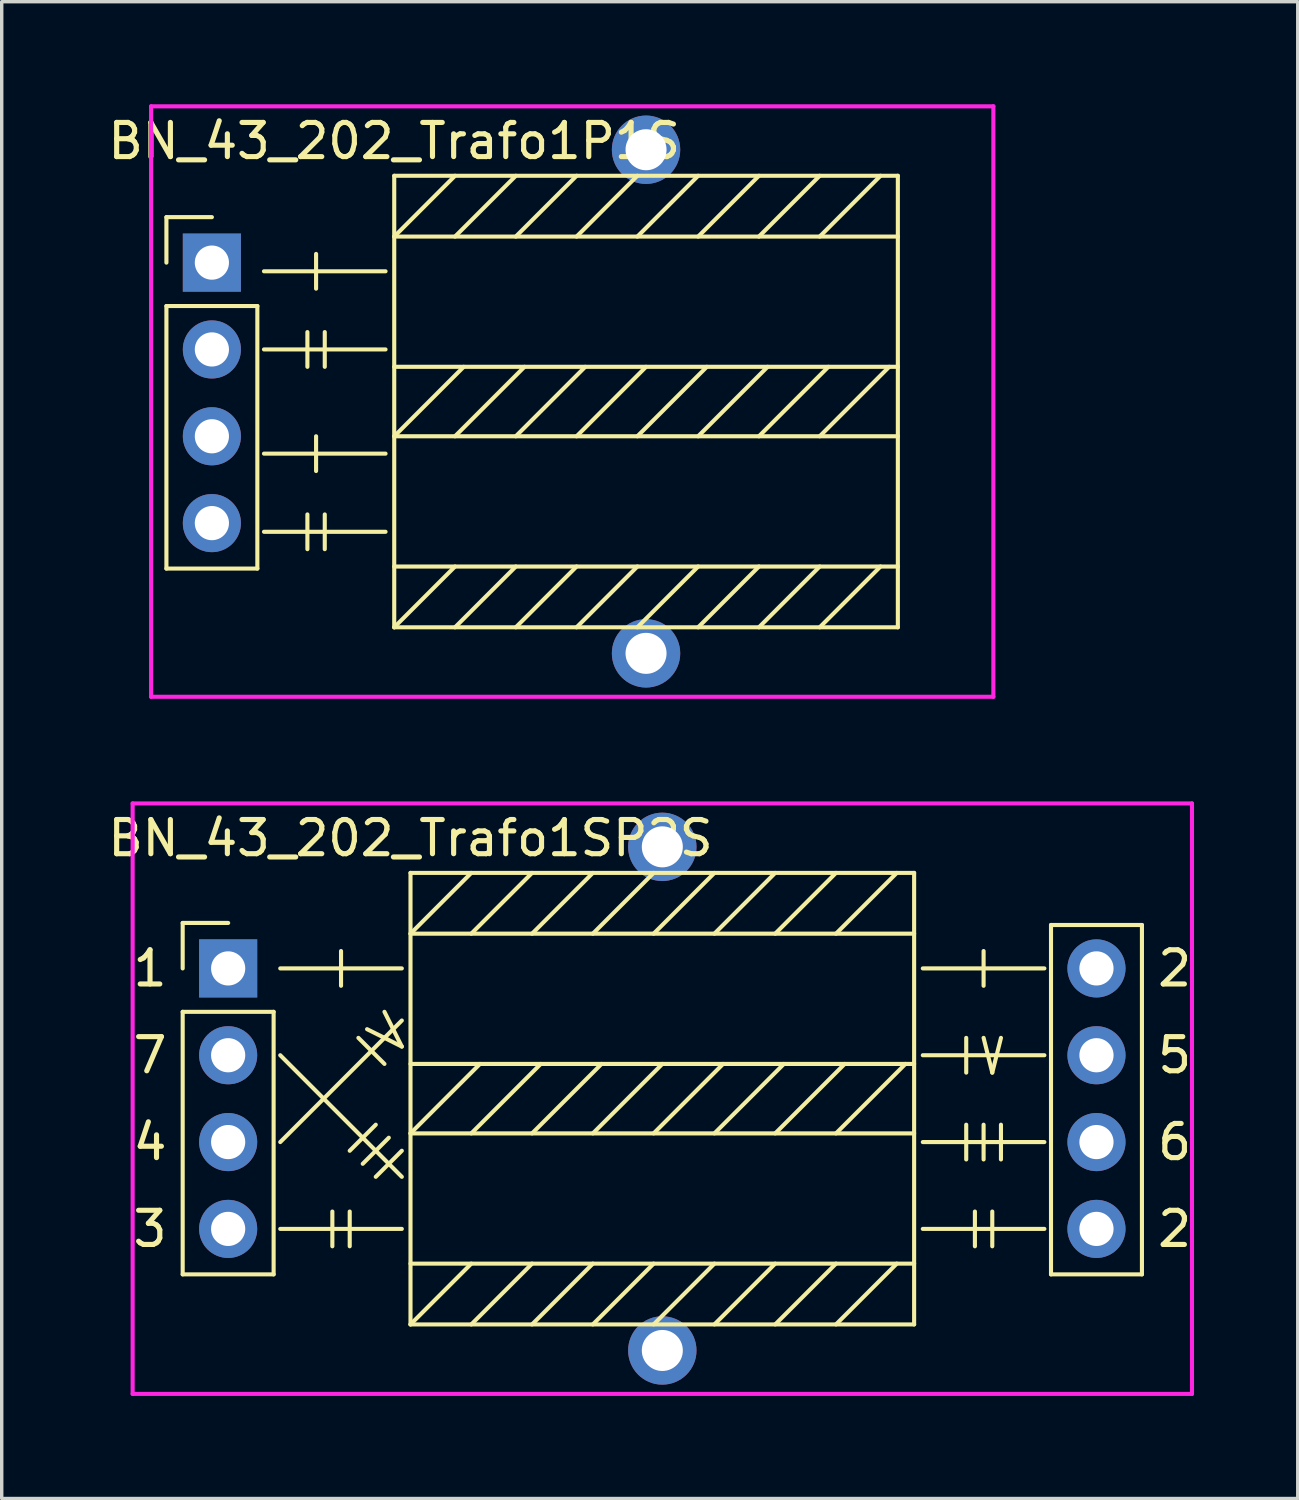
<source format=kicad_pcb>
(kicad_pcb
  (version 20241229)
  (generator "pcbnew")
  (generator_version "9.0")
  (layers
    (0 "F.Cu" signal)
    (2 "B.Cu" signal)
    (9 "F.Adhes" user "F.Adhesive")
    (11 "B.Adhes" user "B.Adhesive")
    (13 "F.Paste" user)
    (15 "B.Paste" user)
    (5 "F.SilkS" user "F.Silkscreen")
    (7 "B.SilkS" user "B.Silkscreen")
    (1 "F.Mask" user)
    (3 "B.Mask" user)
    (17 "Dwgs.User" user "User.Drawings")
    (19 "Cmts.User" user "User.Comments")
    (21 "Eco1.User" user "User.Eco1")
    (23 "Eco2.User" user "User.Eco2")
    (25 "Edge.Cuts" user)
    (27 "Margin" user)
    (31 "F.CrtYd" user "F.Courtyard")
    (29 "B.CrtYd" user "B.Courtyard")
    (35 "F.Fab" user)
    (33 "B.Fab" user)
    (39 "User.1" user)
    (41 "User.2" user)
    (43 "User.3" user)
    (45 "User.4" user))
  (footprint "BN_43_202_Trafo1SP2S"
    (layer "F.Cu")
    (at 16.324 29.088)
    (property "Reference" "BN_43_202_Trafo1SP2S" (at -7.366 -7.62 0) (layer "F.SilkS") (effects (font (size 1 1) (thickness 0.15))))
    (attr through_hole)
    (fp_line (start -14.03 -5.14) (end -12.7 -5.14) (stroke (width 0.12) (type solid)) (layer "F.SilkS"))
    (fp_line (start -14.03 -3.81) (end -14.03 -5.14) (stroke (width 0.12) (type solid)) (layer "F.SilkS"))
    (fp_line (start -14.03 -2.54) (end -14.03 5.14) (stroke (width 0.12) (type solid)) (layer "F.SilkS"))
    (fp_line (start -14.03 -2.54) (end -11.37 -2.54) (stroke (width 0.12) (type solid)) (layer "F.SilkS"))
    (fp_line (start -14.03 5.14) (end -11.37 5.14) (stroke (width 0.12) (type solid)) (layer "F.SilkS"))
    (fp_line (start -11.37 -2.54) (end -11.37 5.14) (stroke (width 0.12) (type solid)) (layer "F.SilkS"))
    (fp_line (start -11.176 -3.81) (end -7.62 -3.81) (stroke (width 0.12) (type solid)) (layer "F.SilkS"))
    (fp_line (start -11.176 -1.27) (end -7.62 2.286) (stroke (width 0.12) (type solid)) (layer "F.SilkS"))
    (fp_line (start -11.176 1.27) (end -7.62 -2.286) (stroke (width 0.12) (type solid)) (layer "F.SilkS"))
    (fp_line (start -11.176 3.81) (end -7.62 3.81) (stroke (width 0.12) (type solid)) (layer "F.SilkS"))
    (fp_line (start -9.652 3.302) (end -9.652 4.318) (stroke (width 0.12) (type solid)) (layer "F.SilkS"))
    (fp_line (start -9.398 -4.318) (end -9.398 -3.302) (stroke (width 0.12) (type solid)) (layer "F.SilkS"))
    (fp_line (start -9.144 3.302) (end -9.144 4.318) (stroke (width 0.12) (type solid)) (layer "F.SilkS"))
    (fp_line (start -8.89 -1.778) (end -8.128 -1.016) (stroke (width 0.12) (type solid)) (layer "F.SilkS"))
    (fp_line (start -8.382 0.762) (end -9.144 1.524) (stroke (width 0.12) (type solid)) (layer "F.SilkS"))
    (fp_line (start -8.001 1.143) (end -8.763 1.905) (stroke (width 0.12) (type solid)) (layer "F.SilkS"))
    (fp_line (start -7.62 -1.524) (end -8.636 -2.032) (stroke (width 0.12) (type solid)) (layer "F.SilkS"))
    (fp_line (start -7.62 -1.524) (end -8.128 -2.54) (stroke (width 0.12) (type solid)) (layer "F.SilkS"))
    (fp_line (start -7.62 1.524) (end -8.382 2.286) (stroke (width 0.12) (type solid)) (layer "F.SilkS"))
    (fp_line (start -7.366 -6.604) (end 7.366 -6.604) (stroke (width 0.12) (type solid)) (layer "F.SilkS"))
    (fp_line (start -7.366 -4.826) (end -5.588 -6.604) (stroke (width 0.12) (type solid)) (layer "F.SilkS"))
    (fp_line (start -7.366 -4.826) (end 7.366 -4.826) (stroke (width 0.12) (type solid)) (layer "F.SilkS"))
    (fp_line (start -7.366 -1.016) (end 7.366 -1.016) (stroke (width 0.12) (type solid)) (layer "F.SilkS"))
    (fp_line (start -7.366 1.016) (end -5.334 -1.016) (stroke (width 0.12) (type solid)) (layer "F.SilkS"))
    (fp_line (start -7.366 4.826) (end 7.366 4.826) (stroke (width 0.12) (type solid)) (layer "F.SilkS"))
    (fp_line (start -7.366 6.604) (end -7.366 -6.604) (stroke (width 0.12) (type solid)) (layer "F.SilkS"))
    (fp_line (start -7.366 6.604) (end -5.588 4.826) (stroke (width 0.12) (type solid)) (layer "F.SilkS"))
    (fp_line (start -5.588 -4.826) (end -3.81 -6.604) (stroke (width 0.12) (type solid)) (layer "F.SilkS"))
    (fp_line (start -5.588 1.016) (end -3.556 -1.016) (stroke (width 0.12) (type solid)) (layer "F.SilkS"))
    (fp_line (start -5.588 6.604) (end -3.81 4.826) (stroke (width 0.12) (type solid)) (layer "F.SilkS"))
    (fp_line (start -3.81 -4.826) (end -2.032 -6.604) (stroke (width 0.12) (type solid)) (layer "F.SilkS"))
    (fp_line (start -3.81 1.016) (end -1.778 -1.016) (stroke (width 0.12) (type solid)) (layer "F.SilkS"))
    (fp_line (start -3.81 6.604) (end -2.032 4.826) (stroke (width 0.12) (type solid)) (layer "F.SilkS"))
    (fp_line (start -2.032 -4.826) (end -0.254 -6.604) (stroke (width 0.12) (type solid)) (layer "F.SilkS"))
    (fp_line (start -2.032 1.016) (end 0 -1.016) (stroke (width 0.12) (type solid)) (layer "F.SilkS"))
    (fp_line (start -2.032 6.604) (end -0.254 4.826) (stroke (width 0.12) (type solid)) (layer "F.SilkS"))
    (fp_line (start -0.254 -4.826) (end 1.524 -6.604) (stroke (width 0.12) (type solid)) (layer "F.SilkS"))
    (fp_line (start -0.254 1.016) (end 1.778 -1.016) (stroke (width 0.12) (type solid)) (layer "F.SilkS"))
    (fp_line (start -0.254 6.604) (end 1.524 4.826) (stroke (width 0.12) (type solid)) (layer "F.SilkS"))
    (fp_line (start 1.524 -4.826) (end 3.302 -6.604) (stroke (width 0.12) (type solid)) (layer "F.SilkS"))
    (fp_line (start 1.524 1.016) (end 3.556 -1.016) (stroke (width 0.12) (type solid)) (layer "F.SilkS"))
    (fp_line (start 1.524 6.604) (end 3.302 4.826) (stroke (width 0.12) (type solid)) (layer "F.SilkS"))
    (fp_line (start 3.302 -4.826) (end 5.08 -6.604) (stroke (width 0.12) (type solid)) (layer "F.SilkS"))
    (fp_line (start 3.302 1.016) (end 5.334 -1.016) (stroke (width 0.12) (type solid)) (layer "F.SilkS"))
    (fp_line (start 3.302 6.604) (end 5.08 4.826) (stroke (width 0.12) (type solid)) (layer "F.SilkS"))
    (fp_line (start 5.08 -4.826) (end 6.858 -6.604) (stroke (width 0.12) (type solid)) (layer "F.SilkS"))
    (fp_line (start 5.08 1.016) (end 7.112 -1.016) (stroke (width 0.12) (type solid)) (layer "F.SilkS"))
    (fp_line (start 5.08 6.604) (end 6.858 4.826) (stroke (width 0.12) (type solid)) (layer "F.SilkS"))
    (fp_line (start 7.366 -6.604) (end 7.366 6.604) (stroke (width 0.12) (type solid)) (layer "F.SilkS"))
    (fp_line (start 7.366 1.016) (end -7.366 1.016) (stroke (width 0.12) (type solid)) (layer "F.SilkS"))
    (fp_line (start 7.366 6.604) (end -7.366 6.604) (stroke (width 0.12) (type solid)) (layer "F.SilkS"))
    (fp_line (start 7.62 -3.81) (end 11.176 -3.81) (stroke (width 0.12) (type solid)) (layer "F.SilkS"))
    (fp_line (start 7.62 -1.27) (end 11.176 -1.27) (stroke (width 0.12) (type solid)) (layer "F.SilkS"))
    (fp_line (start 7.62 1.27) (end 11.176 1.27) (stroke (width 0.12) (type solid)) (layer "F.SilkS"))
    (fp_line (start 7.62 3.81) (end 11.176 3.81) (stroke (width 0.12) (type solid)) (layer "F.SilkS"))
    (fp_line (start 8.89 -1.778) (end 8.89 -0.762) (stroke (width 0.12) (type solid)) (layer "F.SilkS"))
    (fp_line (start 8.89 0.762) (end 8.89 1.778) (stroke (width 0.12) (type solid)) (layer "F.SilkS"))
    (fp_line (start 9.144 3.302) (end 9.144 4.318) (stroke (width 0.12) (type solid)) (layer "F.SilkS"))
    (fp_line (start 9.398 -4.318) (end 9.398 -3.302) (stroke (width 0.12) (type solid)) (layer "F.SilkS"))
    (fp_line (start 9.398 -1.778) (end 9.652 -0.762) (stroke (width 0.12) (type solid)) (layer "F.SilkS"))
    (fp_line (start 9.398 0.762) (end 9.398 1.778) (stroke (width 0.12) (type solid)) (layer "F.SilkS"))
    (fp_line (start 9.652 -0.762) (end 9.906 -1.778) (stroke (width 0.12) (type solid)) (layer "F.SilkS"))
    (fp_line (start 9.652 3.302) (end 9.652 4.318) (stroke (width 0.12) (type solid)) (layer "F.SilkS"))
    (fp_line (start 9.906 0.762) (end 9.906 1.778) (stroke (width 0.12) (type solid)) (layer "F.SilkS"))
    (fp_line (start 11.37 -5.08) (end 11.37 5.14) (stroke (width 0.12) (type solid)) (layer "F.SilkS"))
    (fp_line (start 11.37 -5.08) (end 14.03 -5.08) (stroke (width 0.12) (type solid)) (layer "F.SilkS"))
    (fp_line (start 11.37 5.14) (end 14.03 5.14) (stroke (width 0.12) (type solid)) (layer "F.SilkS"))
    (fp_line (start 14.03 -5.08) (end 14.03 5.14) (stroke (width 0.12) (type solid)) (layer "F.SilkS"))
    (fp_line (start -15.494 -8.636) (end 15.494 -8.636) (stroke (width 0.12) (type solid)) (layer "F.CrtYd"))
    (fp_line (start -15.494 8.636) (end -15.494 -8.636) (stroke (width 0.12) (type solid)) (layer "F.CrtYd"))
    (fp_line (start 15.494 -8.636) (end 15.494 8.636) (stroke (width 0.12) (type solid)) (layer "F.CrtYd"))
    (fp_line (start 15.494 8.636) (end -15.494 8.636) (stroke (width 0.12) (type solid)) (layer "F.CrtYd"))
    (fp_text user "2" (at 14.986 -3.81 0) (layer "F.SilkS") (effects (font (size 1 1) (thickness 0.15))))
    (fp_text user "5" (at 14.986 -1.27 0) (layer "F.SilkS") (effects (font (size 1 1) (thickness 0.15))))
    (fp_text user "3" (at -14.986 3.81 0) (layer "F.SilkS") (effects (font (size 1 1) (thickness 0.15))))
    (fp_text user "1" (at -14.986 -3.81 0) (layer "F.SilkS") (effects (font (size 1 1) (thickness 0.15))))
    (fp_text user "6" (at 14.986 1.27 0) (layer "F.SilkS") (effects (font (size 1 1) (thickness 0.15))))
    (fp_text user "2" (at 14.986 3.81 0) (layer "F.SilkS") (effects (font (size 1 1) (thickness 0.15))))
    (fp_text user "7" (at -14.986 -1.27 0) (layer "F.SilkS") (effects (font (size 1 1) (thickness 0.15))))
    (fp_text user "4" (at -14.986 1.27 0) (layer "F.SilkS") (effects (font (size 1 1) (thickness 0.15))))
    (pad "1" thru_hole rect (at -12.7 -3.81) (size 1.7 1.7) (drill 1) (layers "*.Cu" "*.Mask"))
    (pad "2" thru_hole oval (at 12.7 -3.81) (size 1.7 1.7) (drill 1) (layers "*.Cu" "*.Mask"))
    (pad "2" thru_hole oval (at 12.7 3.81) (size 1.7 1.7) (drill 1) (layers "*.Cu" "*.Mask"))
    (pad "3" thru_hole oval (at -12.7 3.81) (size 1.7 1.7) (drill 1) (layers "*.Cu" "*.Mask"))
    (pad "4" thru_hole oval (at -12.7 1.27) (size 1.7 1.7) (drill 1) (layers "*.Cu" "*.Mask"))
    (pad "5" thru_hole oval (at 12.7 -1.27) (size 1.7 1.7) (drill 1) (layers "*.Cu" "*.Mask"))
    (pad "6" thru_hole oval (at 12.7 1.27) (size 1.7 1.7) (drill 1) (layers "*.Cu" "*.Mask"))
    (pad "7" thru_hole circle (at -12.7 -1.27) (size 1.7 1.7) (drill 1) (layers "*.Cu" "*.Mask"))
    (pad "~" thru_hole circle (at 0 -7.366) (size 2 2) (drill 1.2) (layers "*.Cu" "*.Mask"))
    (pad "~" thru_hole circle (at 0 7.366) (size 2 2) (drill 1.2) (layers "*.Cu" "*.Mask")))
  (footprint "BN_43_202_Trafo1P1S"
    (layer "F.Cu")
    (at 15.848 8.696)
    (property "Reference" "BN_43_202_Trafo1P1S" (at -7.366 -7.62 0) (layer "F.SilkS") (effects (font (size 1 1) (thickness 0.15))))
    (attr through_hole)
    (fp_line (start -14.03 -5.394) (end -12.7 -5.394) (stroke (width 0.12) (type solid)) (layer "F.SilkS"))
    (fp_line (start -14.03 -4.064) (end -14.03 -5.394) (stroke (width 0.12) (type solid)) (layer "F.SilkS"))
    (fp_line (start -14.03 -2.794) (end -14.03 4.886) (stroke (width 0.12) (type solid)) (layer "F.SilkS"))
    (fp_line (start -14.03 -2.794) (end -11.37 -2.794) (stroke (width 0.12) (type solid)) (layer "F.SilkS"))
    (fp_line (start -14.03 4.886) (end -11.37 4.886) (stroke (width 0.12) (type solid)) (layer "F.SilkS"))
    (fp_line (start -11.37 -2.794) (end -11.37 4.886) (stroke (width 0.12) (type solid)) (layer "F.SilkS"))
    (fp_line (start -11.176 -3.81) (end -7.62 -3.81) (stroke (width 0.12) (type solid)) (layer "F.SilkS"))
    (fp_line (start -11.176 -1.524) (end -7.62 -1.524) (stroke (width 0.12) (type solid)) (layer "F.SilkS"))
    (fp_line (start -11.176 1.524) (end -7.62 1.524) (stroke (width 0.12) (type solid)) (layer "F.SilkS"))
    (fp_line (start -11.176 3.81) (end -7.62 3.81) (stroke (width 0.12) (type solid)) (layer "F.SilkS"))
    (fp_line (start -9.906 -2.032) (end -9.906 -1.016) (stroke (width 0.12) (type solid)) (layer "F.SilkS"))
    (fp_line (start -9.906 3.302) (end -9.906 4.318) (stroke (width 0.12) (type solid)) (layer "F.SilkS"))
    (fp_line (start -9.652 -4.318) (end -9.652 -3.302) (stroke (width 0.12) (type solid)) (layer "F.SilkS"))
    (fp_line (start -9.652 1.016) (end -9.652 2.032) (stroke (width 0.12) (type solid)) (layer "F.SilkS"))
    (fp_line (start -9.398 -2.032) (end -9.398 -1.016) (stroke (width 0.12) (type solid)) (layer "F.SilkS"))
    (fp_line (start -9.398 3.302) (end -9.398 4.318) (stroke (width 0.12) (type solid)) (layer "F.SilkS"))
    (fp_line (start -7.366 -6.604) (end 7.366 -6.604) (stroke (width 0.12) (type solid)) (layer "F.SilkS"))
    (fp_line (start -7.366 -4.826) (end -5.588 -6.604) (stroke (width 0.12) (type solid)) (layer "F.SilkS"))
    (fp_line (start -7.366 -4.826) (end 7.366 -4.826) (stroke (width 0.12) (type solid)) (layer "F.SilkS"))
    (fp_line (start -7.366 -1.016) (end 7.366 -1.016) (stroke (width 0.12) (type solid)) (layer "F.SilkS"))
    (fp_line (start -7.366 1.016) (end -5.334 -1.016) (stroke (width 0.12) (type solid)) (layer "F.SilkS"))
    (fp_line (start -7.366 4.826) (end 7.366 4.826) (stroke (width 0.12) (type solid)) (layer "F.SilkS"))
    (fp_line (start -7.366 6.604) (end -7.366 -6.604) (stroke (width 0.12) (type solid)) (layer "F.SilkS"))
    (fp_line (start -7.366 6.604) (end -5.588 4.826) (stroke (width 0.12) (type solid)) (layer "F.SilkS"))
    (fp_line (start -5.588 -4.826) (end -3.81 -6.604) (stroke (width 0.12) (type solid)) (layer "F.SilkS"))
    (fp_line (start -5.588 1.016) (end -3.556 -1.016) (stroke (width 0.12) (type solid)) (layer "F.SilkS"))
    (fp_line (start -5.588 6.604) (end -3.81 4.826) (stroke (width 0.12) (type solid)) (layer "F.SilkS"))
    (fp_line (start -3.81 -4.826) (end -2.032 -6.604) (stroke (width 0.12) (type solid)) (layer "F.SilkS"))
    (fp_line (start -3.81 1.016) (end -1.778 -1.016) (stroke (width 0.12) (type solid)) (layer "F.SilkS"))
    (fp_line (start -3.81 6.604) (end -2.032 4.826) (stroke (width 0.12) (type solid)) (layer "F.SilkS"))
    (fp_line (start -2.032 -4.826) (end -0.254 -6.604) (stroke (width 0.12) (type solid)) (layer "F.SilkS"))
    (fp_line (start -2.032 1.016) (end 0 -1.016) (stroke (width 0.12) (type solid)) (layer "F.SilkS"))
    (fp_line (start -2.032 6.604) (end -0.254 4.826) (stroke (width 0.12) (type solid)) (layer "F.SilkS"))
    (fp_line (start -0.254 -4.826) (end 1.524 -6.604) (stroke (width 0.12) (type solid)) (layer "F.SilkS"))
    (fp_line (start -0.254 1.016) (end 1.778 -1.016) (stroke (width 0.12) (type solid)) (layer "F.SilkS"))
    (fp_line (start -0.254 6.604) (end 1.524 4.826) (stroke (width 0.12) (type solid)) (layer "F.SilkS"))
    (fp_line (start 1.524 -4.826) (end 3.302 -6.604) (stroke (width 0.12) (type solid)) (layer "F.SilkS"))
    (fp_line (start 1.524 1.016) (end 3.556 -1.016) (stroke (width 0.12) (type solid)) (layer "F.SilkS"))
    (fp_line (start 1.524 6.604) (end 3.302 4.826) (stroke (width 0.12) (type solid)) (layer "F.SilkS"))
    (fp_line (start 3.302 -4.826) (end 5.08 -6.604) (stroke (width 0.12) (type solid)) (layer "F.SilkS"))
    (fp_line (start 3.302 1.016) (end 5.334 -1.016) (stroke (width 0.12) (type solid)) (layer "F.SilkS"))
    (fp_line (start 3.302 6.604) (end 5.08 4.826) (stroke (width 0.12) (type solid)) (layer "F.SilkS"))
    (fp_line (start 5.08 -4.826) (end 6.858 -6.604) (stroke (width 0.12) (type solid)) (layer "F.SilkS"))
    (fp_line (start 5.08 1.016) (end 7.112 -1.016) (stroke (width 0.12) (type solid)) (layer "F.SilkS"))
    (fp_line (start 5.08 6.604) (end 6.858 4.826) (stroke (width 0.12) (type solid)) (layer "F.SilkS"))
    (fp_line (start 7.366 -6.604) (end 7.366 6.604) (stroke (width 0.12) (type solid)) (layer "F.SilkS"))
    (fp_line (start 7.366 1.016) (end -7.366 1.016) (stroke (width 0.12) (type solid)) (layer "F.SilkS"))
    (fp_line (start 7.366 6.604) (end -7.366 6.604) (stroke (width 0.12) (type solid)) (layer "F.SilkS"))
    (fp_line (start -14.5 -5.864) (end -14.5 5.336) (stroke (width 0.05) (type solid)) (layer "F.CrtYd"))
    (fp_line (start -14.478 -8.636) (end 10.16 -8.636) (stroke (width 0.12) (type solid)) (layer "F.CrtYd"))
    (fp_line (start -14.478 8.636) (end -14.478 -8.636) (stroke (width 0.12) (type solid)) (layer "F.CrtYd"))
    (fp_line (start 10.16 -8.636) (end 10.16 8.636) (stroke (width 0.12) (type solid)) (layer "F.CrtYd"))
    (fp_line (start 10.16 8.636) (end -14.478 8.636) (stroke (width 0.12) (type solid)) (layer "F.CrtYd"))
    (pad "1" thru_hole rect (at -12.7 -4.064) (size 1.7 1.7) (drill 1) (layers "*.Cu" "*.Mask"))
    (pad "2" thru_hole oval (at -12.7 -1.524) (size 1.7 1.7) (drill 1) (layers "*.Cu" "*.Mask"))
    (pad "3" thru_hole oval (at -12.7 3.556) (size 1.7 1.7) (drill 1) (layers "*.Cu" "*.Mask"))
    (pad "4" thru_hole oval (at -12.7 1.016) (size 1.7 1.7) (drill 1) (layers "*.Cu" "*.Mask"))
    (pad "~" thru_hole circle (at 0 -7.366) (size 2 2) (drill 1.2) (layers "*.Cu" "*.Mask"))
    (pad "~" thru_hole circle (at 0 7.366) (size 2 2) (drill 1.2) (layers "*.Cu" "*.Mask")))
  (gr_rect
    (start -3 -3)
    (end 34.912 40.784)
    (stroke (width 0.1) (type default))
    (fill no)
    (layer "Edge.Cuts")))
</source>
